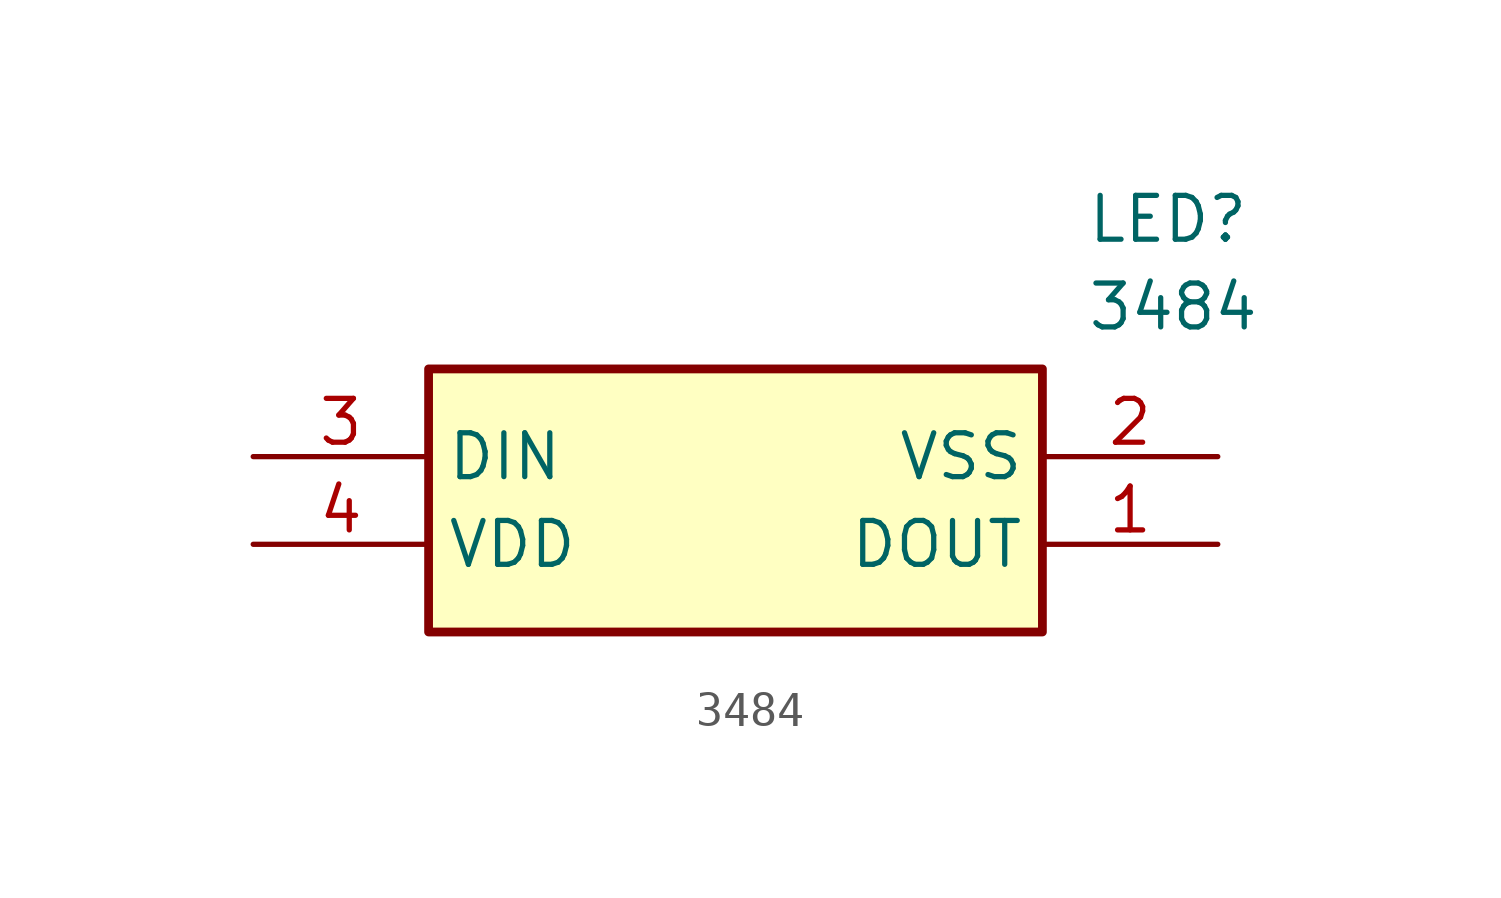
<source format=kicad_sym>
(kicad_symbol_lib
  (version 20211014)
  (generator SamacSys_ECAD_Model)
  (symbol "3484"
    (property "Reference" "LED"
      (at 24.13 7.62 0)
      (effects (font (size 1.27 1.27)) (justify left top)))
    (property "Value" "3484"
      (at 24.13 5.08 0)
      (effects (font (size 1.27 1.27)) (justify left top)))
    (rectangle
      (start 5.08 2.54)
      (end 22.86 -5.08)
      (stroke (width 0.254) (type default))
      (fill (type background)))
    (pin passive line
      (at 27.94 -2.54 180)
      (length 5.08)
      (name "DOUT" (effects (font (size 1.27 1.27))))
      (number "1" (effects (font (size 1.27 1.27)))))
    (pin passive line
      (at 27.94 0 180)
      (length 5.08)
      (name "VSS" (effects (font (size 1.27 1.27))))
      (number "2" (effects (font (size 1.27 1.27)))))
    (pin passive line
      (at 0 0 0)
      (length 5.08)
      (name "DIN" (effects (font (size 1.27 1.27))))
      (number "3" (effects (font (size 1.27 1.27)))))
    (pin passive line
      (at 0 -2.54 0)
      (length 5.08)
      (name "VDD" (effects (font (size 1.27 1.27))))
      (number "4" (effects (font (size 1.27 1.27)))))))
</source>
